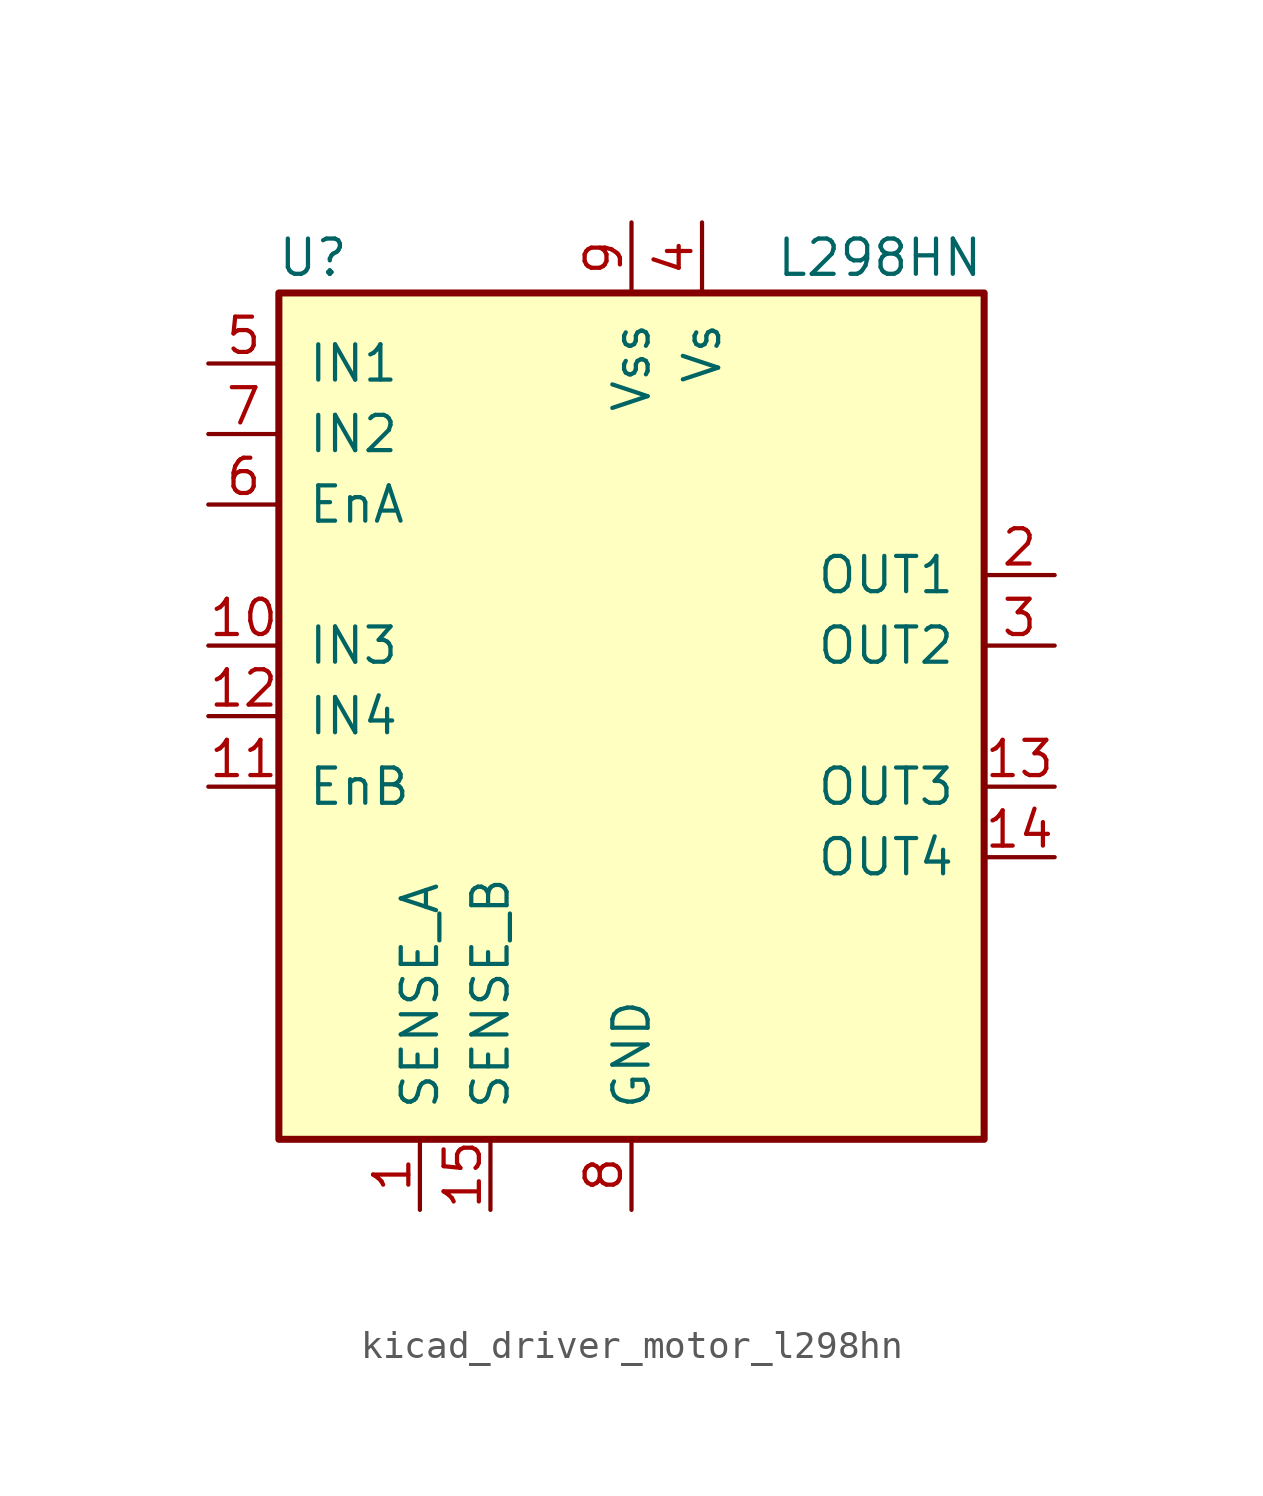
<source format=kicad_sym>
(kicad_symbol_lib
  (version 20220914)
  (generator kicad_symbol_editor)
  (symbol "kicad_driver_motor_l298hn"
    (pin_names
      (offset 1.016))
    (property "Reference" "U"
      (at -10.16 16.51 0)
      (effects (font (size 1.27 1.27)) (justify right)))
    (property "Value" "L298HN"
      (at 12.7 16.51 0)
      (effects (font (size 1.27 1.27)) (justify right)))
    (symbol "kicad_driver_motor_l298hn_0_1"
      (rectangle (start -12.7 15.24) (end 12.7 -15.24) (stroke (width 0.254) (type default)) (fill (type background))))
    (symbol "kicad_driver_motor_l298hn_1_1"
      (pin power_in line (at -7.62 -17.78 90) (length 2.54) (name "SENSE_A" (effects (font (size 1.27 1.27)))) (number "1" (effects (font (size 1.27 1.27)))))
      (pin input line (at -15.24 2.54 0) (length 2.54) (name "IN3" (effects (font (size 1.27 1.27)))) (number "10" (effects (font (size 1.27 1.27)))))
      (pin input line (at -15.24 -2.54 0) (length 2.54) (name "EnB" (effects (font (size 1.27 1.27)))) (number "11" (effects (font (size 1.27 1.27)))))
      (pin input line (at -15.24 0 0) (length 2.54) (name "IN4" (effects (font (size 1.27 1.27)))) (number "12" (effects (font (size 1.27 1.27)))))
      (pin output line (at 15.24 -2.54 180) (length 2.54) (name "OUT3" (effects (font (size 1.27 1.27)))) (number "13" (effects (font (size 1.27 1.27)))))
      (pin output line (at 15.24 -5.08 180) (length 2.54) (name "OUT4" (effects (font (size 1.27 1.27)))) (number "14" (effects (font (size 1.27 1.27)))))
      (pin power_in line (at -5.08 -17.78 90) (length 2.54) (name "SENSE_B" (effects (font (size 1.27 1.27)))) (number "15" (effects (font (size 1.27 1.27)))))
      (pin output line (at 15.24 5.08 180) (length 2.54) (name "OUT1" (effects (font (size 1.27 1.27)))) (number "2" (effects (font (size 1.27 1.27)))))
      (pin output line (at 15.24 2.54 180) (length 2.54) (name "OUT2" (effects (font (size 1.27 1.27)))) (number "3" (effects (font (size 1.27 1.27)))))
      (pin power_in line (at 2.54 17.78 270) (length 2.54) (name "Vs" (effects (font (size 1.27 1.27)))) (number "4" (effects (font (size 1.27 1.27)))))
      (pin input line (at -15.24 12.7 0) (length 2.54) (name "IN1" (effects (font (size 1.27 1.27)))) (number "5" (effects (font (size 1.27 1.27)))))
      (pin input line (at -15.24 7.62 0) (length 2.54) (name "EnA" (effects (font (size 1.27 1.27)))) (number "6" (effects (font (size 1.27 1.27)))))
      (pin input line (at -15.24 10.16 0) (length 2.54) (name "IN2" (effects (font (size 1.27 1.27)))) (number "7" (effects (font (size 1.27 1.27)))))
      (pin power_in line (at 0 -17.78 90) (length 2.54) (name "GND" (effects (font (size 1.27 1.27)))) (number "8" (effects (font (size 1.27 1.27)))))
      (pin power_in line (at 0 17.78 270) (length 2.54) (name "Vss" (effects (font (size 1.27 1.27)))) (number "9" (effects (font (size 1.27 1.27))))))))
</source>
